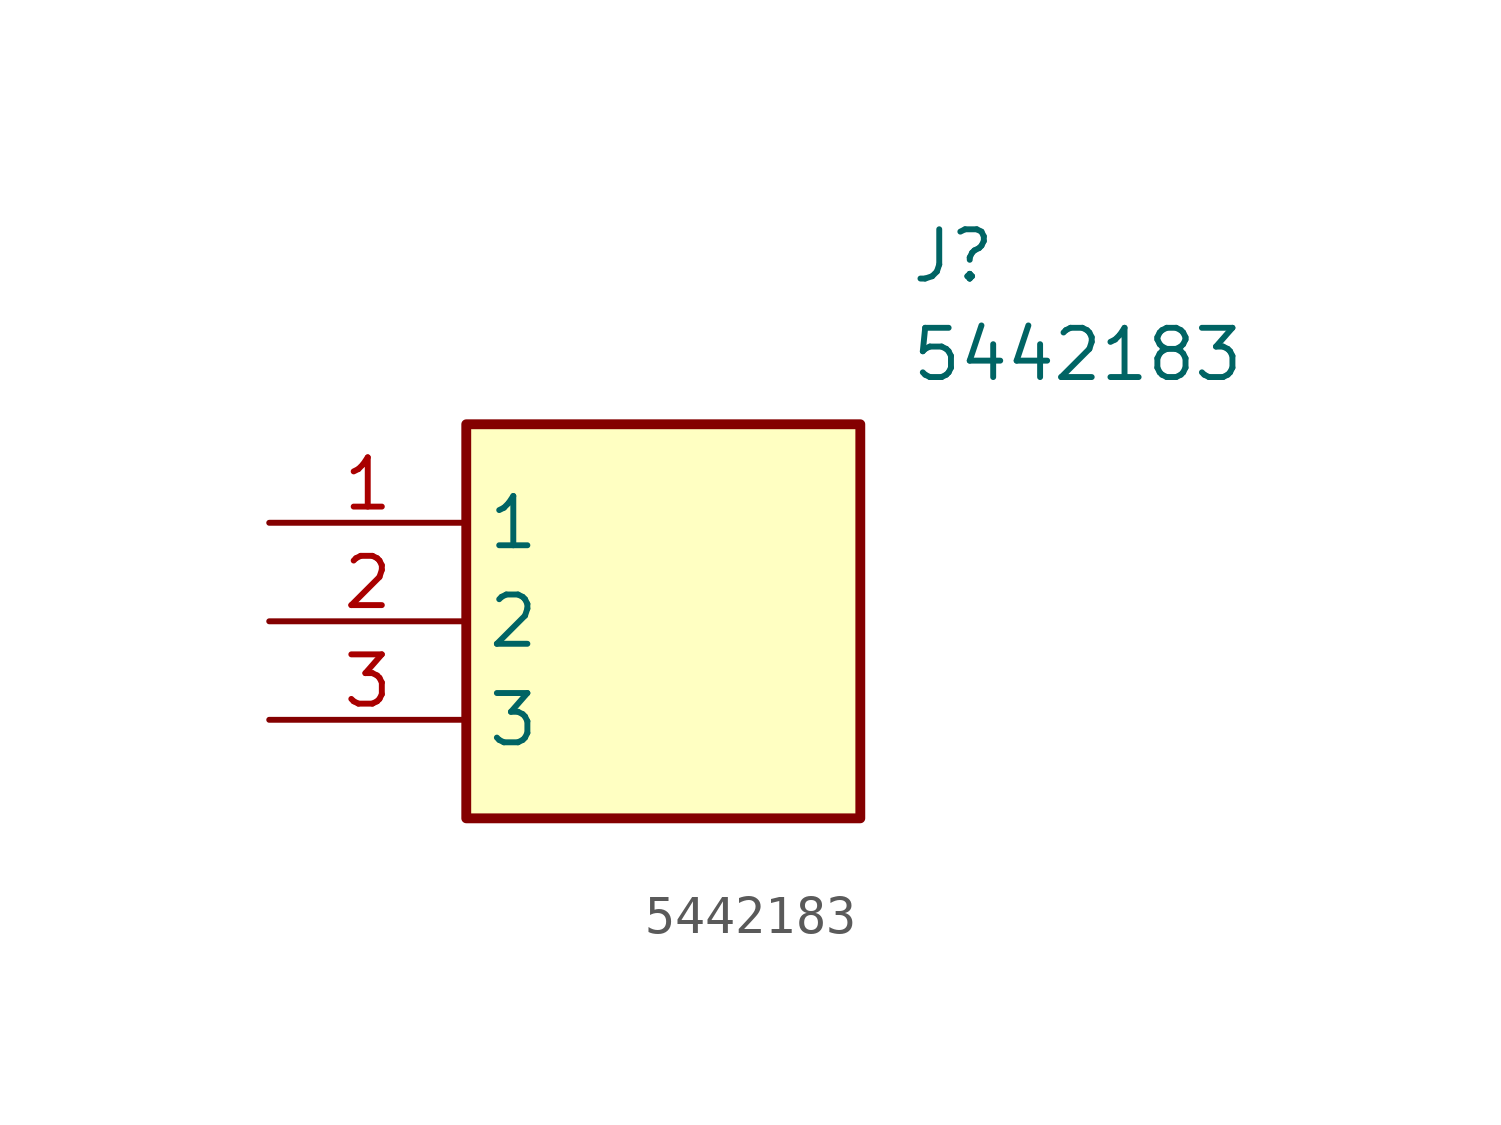
<source format=kicad_sym>
(kicad_symbol_lib
  (version 20211014)
  (generator SamacSys_ECAD_Model)
  (symbol "5442183"
    (property "Reference" "J"
      (at 16.51 7.62 0)
      (effects (font (size 1.27 1.27)) (justify left top)))
    (property "Value" "5442183"
      (at 16.51 5.08 0)
      (effects (font (size 1.27 1.27)) (justify left top)))
    (rectangle
      (start 5.08 2.54)
      (end 15.24 -7.62)
      (stroke (width 0.254) (type default))
      (fill (type background)))
    (pin passive line
      (at 0 0 0)
      (length 5.08)
      (name "1" (effects (font (size 1.27 1.27))))
      (number "1" (effects (font (size 1.27 1.27)))))
    (pin passive line
      (at 0 -2.54 0)
      (length 5.08)
      (name "2" (effects (font (size 1.27 1.27))))
      (number "2" (effects (font (size 1.27 1.27)))))
    (pin passive line
      (at 0 -5.08 0)
      (length 5.08)
      (name "3" (effects (font (size 1.27 1.27))))
      (number "3" (effects (font (size 1.27 1.27)))))))
</source>
